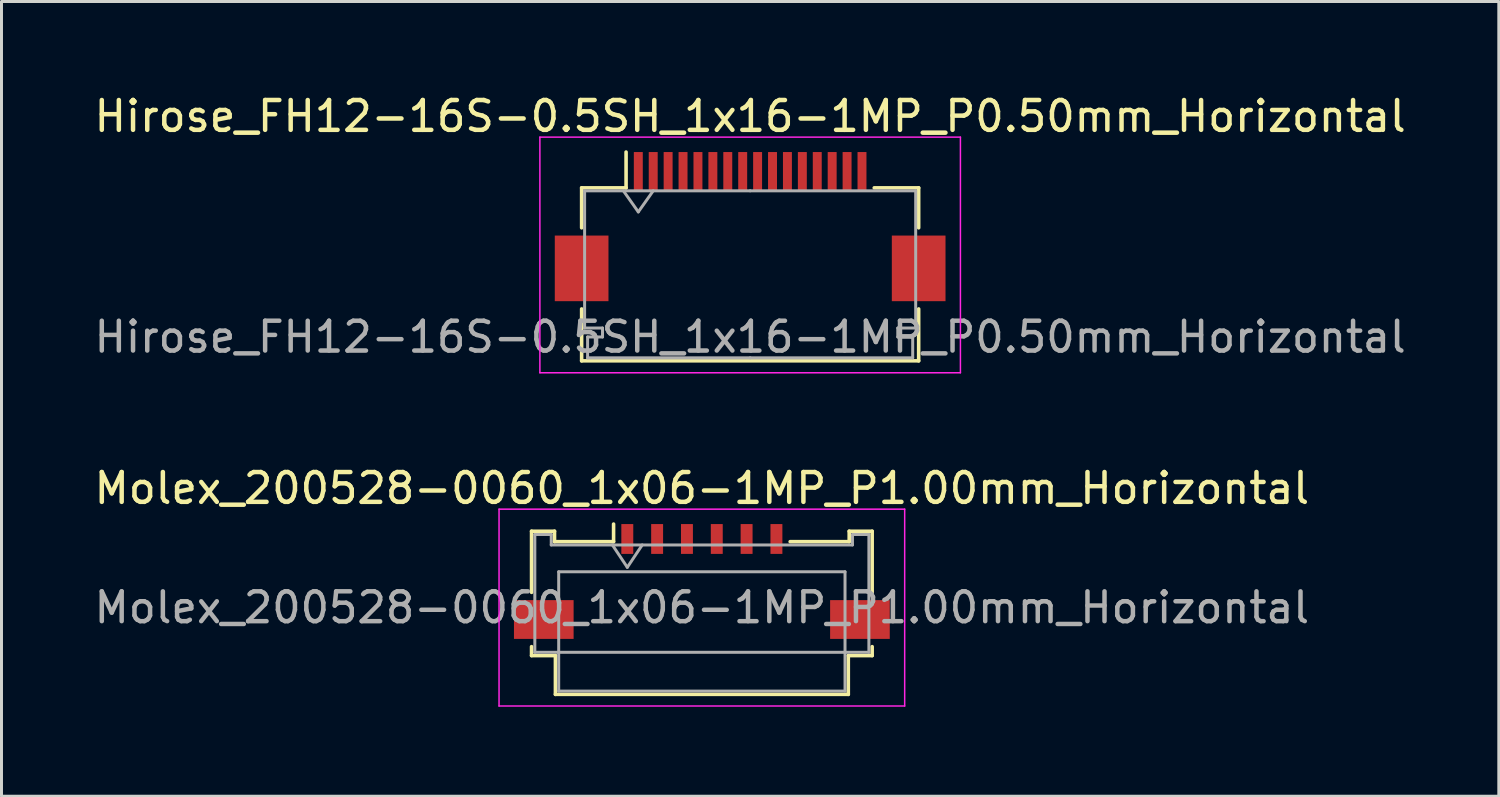
<source format=kicad_pcb>
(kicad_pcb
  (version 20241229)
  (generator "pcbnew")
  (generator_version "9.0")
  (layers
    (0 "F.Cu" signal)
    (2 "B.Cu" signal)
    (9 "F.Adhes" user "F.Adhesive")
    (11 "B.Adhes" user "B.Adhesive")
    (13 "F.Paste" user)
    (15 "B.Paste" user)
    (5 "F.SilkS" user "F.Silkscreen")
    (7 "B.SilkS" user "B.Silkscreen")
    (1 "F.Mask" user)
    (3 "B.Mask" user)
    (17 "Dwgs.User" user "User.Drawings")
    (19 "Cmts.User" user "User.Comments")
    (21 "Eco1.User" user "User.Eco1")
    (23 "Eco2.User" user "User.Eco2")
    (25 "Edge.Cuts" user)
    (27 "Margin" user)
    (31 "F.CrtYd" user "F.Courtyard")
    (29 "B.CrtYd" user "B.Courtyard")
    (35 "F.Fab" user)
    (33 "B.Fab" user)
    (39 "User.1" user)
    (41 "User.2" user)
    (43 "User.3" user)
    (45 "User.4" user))
  (footprint "Molex_200528-0060_1x06-1MP_P1.00mm_Horizontal"
    (layer "F.Cu")
    (at 20.482 15.931)
    (property "Reference" "Molex_200528-0060_1x06-1MP_P1.00mm_Horizontal" (at 0 -2.61 0) (layer "F.SilkS") (effects (font (size 1 1) (thickness 0.15))))
    (attr smd)
    (fp_line (start -5.71 -1.17) (end -5.71 0.88) (stroke (width 0.12) (type solid)) (layer "F.SilkS"))
    (fp_line (start -5.71 2.7) (end -5.71 3) (stroke (width 0.12) (type solid)) (layer "F.SilkS"))
    (fp_line (start -5.71 3) (end -4.91 3) (stroke (width 0.12) (type solid)) (layer "F.SilkS"))
    (fp_line (start -4.94 -1.17) (end -5.71 -1.17) (stroke (width 0.12) (type solid)) (layer "F.SilkS"))
    (fp_line (start -4.94 -0.82) (end -4.94 -1.17) (stroke (width 0.12) (type solid)) (layer "F.SilkS"))
    (fp_line (start -4.91 3) (end -4.91 4.3) (stroke (width 0.12) (type solid)) (layer "F.SilkS"))
    (fp_line (start -4.91 4.3) (end 4.91 4.3) (stroke (width 0.12) (type solid)) (layer "F.SilkS"))
    (fp_line (start -2.96 -1.41) (end -2.96 -0.82) (stroke (width 0.12) (type solid)) (layer "F.SilkS"))
    (fp_line (start -2.96 -0.82) (end -4.94 -0.82) (stroke (width 0.12) (type solid)) (layer "F.SilkS"))
    (fp_line (start 4.91 3) (end 5.71 3) (stroke (width 0.12) (type solid)) (layer "F.SilkS"))
    (fp_line (start 4.91 4.3) (end 4.91 3) (stroke (width 0.12) (type solid)) (layer "F.SilkS"))
    (fp_line (start 4.94 -1.17) (end 4.94 -0.82) (stroke (width 0.12) (type solid)) (layer "F.SilkS"))
    (fp_line (start 4.94 -0.82) (end 2.96 -0.82) (stroke (width 0.12) (type solid)) (layer "F.SilkS"))
    (fp_line (start 5.71 -1.17) (end 4.94 -1.17) (stroke (width 0.12) (type solid)) (layer "F.SilkS"))
    (fp_line (start 5.71 0.88) (end 5.71 -1.17) (stroke (width 0.12) (type solid)) (layer "F.SilkS"))
    (fp_line (start 5.71 3) (end 5.71 2.7) (stroke (width 0.12) (type solid)) (layer "F.SilkS"))
    (fp_line (start -6.8 -1.91) (end -6.8 4.69) (stroke (width 0.05) (type solid)) (layer "F.CrtYd"))
    (fp_line (start -6.8 4.69) (end 6.8 4.69) (stroke (width 0.05) (type solid)) (layer "F.CrtYd"))
    (fp_line (start 6.8 -1.91) (end -6.8 -1.91) (stroke (width 0.05) (type solid)) (layer "F.CrtYd"))
    (fp_line (start 6.8 4.69) (end 6.8 -1.91) (stroke (width 0.05) (type solid)) (layer "F.CrtYd"))
    (fp_line (start -5.6 -1.06) (end -5.6 2.89) (stroke (width 0.1) (type solid)) (layer "F.Fab"))
    (fp_line (start -5.6 2.89) (end 5.6 2.89) (stroke (width 0.1) (type solid)) (layer "F.Fab"))
    (fp_line (start -5.05 -1.06) (end -5.6 -1.06) (stroke (width 0.1) (type solid)) (layer "F.Fab"))
    (fp_line (start -5.05 -0.71) (end -5.05 -1.06) (stroke (width 0.1) (type solid)) (layer "F.Fab"))
    (fp_line (start -4.8 0.19) (end -4.8 4.19) (stroke (width 0.1) (type solid)) (layer "F.Fab"))
    (fp_line (start -4.8 4.19) (end 4.8 4.19) (stroke (width 0.1) (type solid)) (layer "F.Fab"))
    (fp_line (start -3 -0.71) (end -2.5 0.04) (stroke (width 0.1) (type solid)) (layer "F.Fab"))
    (fp_line (start -2.5 0.04) (end -2 -0.71) (stroke (width 0.1) (type solid)) (layer "F.Fab"))
    (fp_line (start 4.8 0.19) (end -4.8 0.19) (stroke (width 0.1) (type solid)) (layer "F.Fab"))
    (fp_line (start 4.8 4.19) (end 4.8 0.19) (stroke (width 0.1) (type solid)) (layer "F.Fab"))
    (fp_line (start 5.05 -1.06) (end 5.05 -0.71) (stroke (width 0.1) (type solid)) (layer "F.Fab"))
    (fp_line (start 5.05 -0.71) (end -5.05 -0.71) (stroke (width 0.1) (type solid)) (layer "F.Fab"))
    (fp_line (start 5.6 -1.06) (end 5.05 -1.06) (stroke (width 0.1) (type solid)) (layer "F.Fab"))
    (fp_line (start 5.6 2.89) (end 5.6 -1.06) (stroke (width 0.1) (type solid)) (layer "F.Fab"))
    (fp_text user "${REFERENCE}" (at 0 1.39 0) (layer "F.Fab") (effects (font (size 1 1) (thickness 0.15))))
    (pad "1" smd rect (at -2.5 -0.91) (size 0.4 1) (layers "F.Cu" "F.Mask" "F.Paste"))
    (pad "2" smd rect (at -1.5 -0.91) (size 0.4 1) (layers "F.Cu" "F.Mask" "F.Paste"))
    (pad "3" smd rect (at -0.5 -0.91) (size 0.4 1) (layers "F.Cu" "F.Mask" "F.Paste"))
    (pad "4" smd rect (at 0.5 -0.91) (size 0.4 1) (layers "F.Cu" "F.Mask" "F.Paste"))
    (pad "5" smd rect (at 1.5 -0.91) (size 0.4 1) (layers "F.Cu" "F.Mask" "F.Paste"))
    (pad "6" smd rect (at 2.5 -0.91) (size 0.4 1) (layers "F.Cu" "F.Mask" "F.Paste"))
    (pad "MP" smd rect (at -5.3 1.79) (size 2 1.3) (layers "F.Cu" "F.Mask" "F.Paste"))
    (pad "MP" smd rect (at 5.3 1.79) (size 2 1.3) (layers "F.Cu" "F.Mask" "F.Paste")))
  (footprint "Hirose_FH12-16S-0.5SH_1x16-1MP_P0.50mm_Horizontal"
    (layer "F.Cu")
    (at 22.101 4.548)
    (property "Reference" "Hirose_FH12-16S-0.5SH_1x16-1MP_P0.50mm_Horizontal" (at 0 -3.7 0) (layer "F.SilkS") (effects (font (size 1 1) (thickness 0.15))))
    (attr smd)
    (fp_line (start -5.65 -1.3) (end -5.65 0.04) (stroke (width 0.12) (type solid)) (layer "F.SilkS"))
    (fp_line (start -5.65 2.76) (end -5.65 4.5) (stroke (width 0.12) (type solid)) (layer "F.SilkS"))
    (fp_line (start -5.65 4.5) (end 5.65 4.5) (stroke (width 0.12) (type solid)) (layer "F.SilkS"))
    (fp_line (start -4.16 -1.3) (end -5.65 -1.3) (stroke (width 0.12) (type solid)) (layer "F.SilkS"))
    (fp_line (start -4.16 -1.3) (end -4.16 -2.5) (stroke (width 0.12) (type solid)) (layer "F.SilkS"))
    (fp_line (start 4.16 -1.3) (end 5.65 -1.3) (stroke (width 0.12) (type solid)) (layer "F.SilkS"))
    (fp_line (start 5.65 -1.3) (end 5.65 0.04) (stroke (width 0.12) (type solid)) (layer "F.SilkS"))
    (fp_line (start 5.65 4.5) (end 5.65 2.76) (stroke (width 0.12) (type solid)) (layer "F.SilkS"))
    (fp_line (start -7.05 -3) (end -7.05 4.9) (stroke (width 0.05) (type solid)) (layer "F.CrtYd"))
    (fp_line (start -7.05 4.9) (end 7.05 4.9) (stroke (width 0.05) (type solid)) (layer "F.CrtYd"))
    (fp_line (start 7.05 -3) (end -7.05 -3) (stroke (width 0.05) (type solid)) (layer "F.CrtYd"))
    (fp_line (start 7.05 4.9) (end 7.05 -3) (stroke (width 0.05) (type solid)) (layer "F.CrtYd"))
    (fp_line (start -5.55 -1.2) (end -5.55 3.4) (stroke (width 0.1) (type solid)) (layer "F.Fab"))
    (fp_line (start -5.55 3.4) (end -4.95 3.4) (stroke (width 0.1) (type solid)) (layer "F.Fab"))
    (fp_line (start -5.45 3.7) (end -5.45 4.4) (stroke (width 0.1) (type solid)) (layer "F.Fab"))
    (fp_line (start -5.45 4.4) (end 0 4.4) (stroke (width 0.1) (type solid)) (layer "F.Fab"))
    (fp_line (start -4.95 3.4) (end -4.95 3.7) (stroke (width 0.1) (type solid)) (layer "F.Fab"))
    (fp_line (start -4.95 3.7) (end -5.45 3.7) (stroke (width 0.1) (type solid)) (layer "F.Fab"))
    (fp_line (start -4.25 -1.2) (end -3.75 -0.493) (stroke (width 0.1) (type solid)) (layer "F.Fab"))
    (fp_line (start -3.75 -0.493) (end -3.25 -1.2) (stroke (width 0.1) (type solid)) (layer "F.Fab"))
    (fp_line (start 0 -1.2) (end -5.55 -1.2) (stroke (width 0.1) (type solid)) (layer "F.Fab"))
    (fp_line (start 0 -1.2) (end 5.55 -1.2) (stroke (width 0.1) (type solid)) (layer "F.Fab"))
    (fp_line (start 4.95 3.4) (end 4.95 3.7) (stroke (width 0.1) (type solid)) (layer "F.Fab"))
    (fp_line (start 4.95 3.7) (end 5.45 3.7) (stroke (width 0.1) (type solid)) (layer "F.Fab"))
    (fp_line (start 5.45 3.7) (end 5.45 4.4) (stroke (width 0.1) (type solid)) (layer "F.Fab"))
    (fp_line (start 5.45 4.4) (end 0 4.4) (stroke (width 0.1) (type solid)) (layer "F.Fab"))
    (fp_line (start 5.55 -1.2) (end 5.55 3.4) (stroke (width 0.1) (type solid)) (layer "F.Fab"))
    (fp_line (start 5.55 3.4) (end 4.95 3.4) (stroke (width 0.1) (type solid)) (layer "F.Fab"))
    (fp_text user "${REFERENCE}" (at 0 3.7 0) (layer "F.Fab") (effects (font (size 1 1) (thickness 0.15))))
    (pad "1" smd rect (at -3.75 -1.85) (size 0.3 1.3) (layers "F.Cu" "F.Mask" "F.Paste"))
    (pad "2" smd rect (at -3.25 -1.85) (size 0.3 1.3) (layers "F.Cu" "F.Mask" "F.Paste"))
    (pad "3" smd rect (at -2.75 -1.85) (size 0.3 1.3) (layers "F.Cu" "F.Mask" "F.Paste"))
    (pad "4" smd rect (at -2.25 -1.85) (size 0.3 1.3) (layers "F.Cu" "F.Mask" "F.Paste"))
    (pad "5" smd rect (at -1.75 -1.85) (size 0.3 1.3) (layers "F.Cu" "F.Mask" "F.Paste"))
    (pad "6" smd rect (at -1.25 -1.85) (size 0.3 1.3) (layers "F.Cu" "F.Mask" "F.Paste"))
    (pad "7" smd rect (at -0.75 -1.85) (size 0.3 1.3) (layers "F.Cu" "F.Mask" "F.Paste"))
    (pad "8" smd rect (at -0.25 -1.85) (size 0.3 1.3) (layers "F.Cu" "F.Mask" "F.Paste"))
    (pad "9" smd rect (at 0.25 -1.85) (size 0.3 1.3) (layers "F.Cu" "F.Mask" "F.Paste"))
    (pad "10" smd rect (at 0.75 -1.85) (size 0.3 1.3) (layers "F.Cu" "F.Mask" "F.Paste"))
    (pad "11" smd rect (at 1.25 -1.85) (size 0.3 1.3) (layers "F.Cu" "F.Mask" "F.Paste"))
    (pad "12" smd rect (at 1.75 -1.85) (size 0.3 1.3) (layers "F.Cu" "F.Mask" "F.Paste"))
    (pad "13" smd rect (at 2.25 -1.85) (size 0.3 1.3) (layers "F.Cu" "F.Mask" "F.Paste"))
    (pad "14" smd rect (at 2.75 -1.85) (size 0.3 1.3) (layers "F.Cu" "F.Mask" "F.Paste"))
    (pad "15" smd rect (at 3.25 -1.85) (size 0.3 1.3) (layers "F.Cu" "F.Mask" "F.Paste"))
    (pad "16" smd rect (at 3.75 -1.85) (size 0.3 1.3) (layers "F.Cu" "F.Mask" "F.Paste"))
    (pad "MP" smd rect (at -5.65 1.4) (size 1.8 2.2) (layers "F.Cu" "F.Mask" "F.Paste"))
    (pad "MP" smd rect (at 5.65 1.4) (size 1.8 2.2) (layers "F.Cu" "F.Mask" "F.Paste")))
  (gr_rect
    (start -3 -3)
    (end 47.202 23.646)
    (stroke (width 0.1) (type default))
    (fill no)
    (layer "Edge.Cuts")))
</source>
